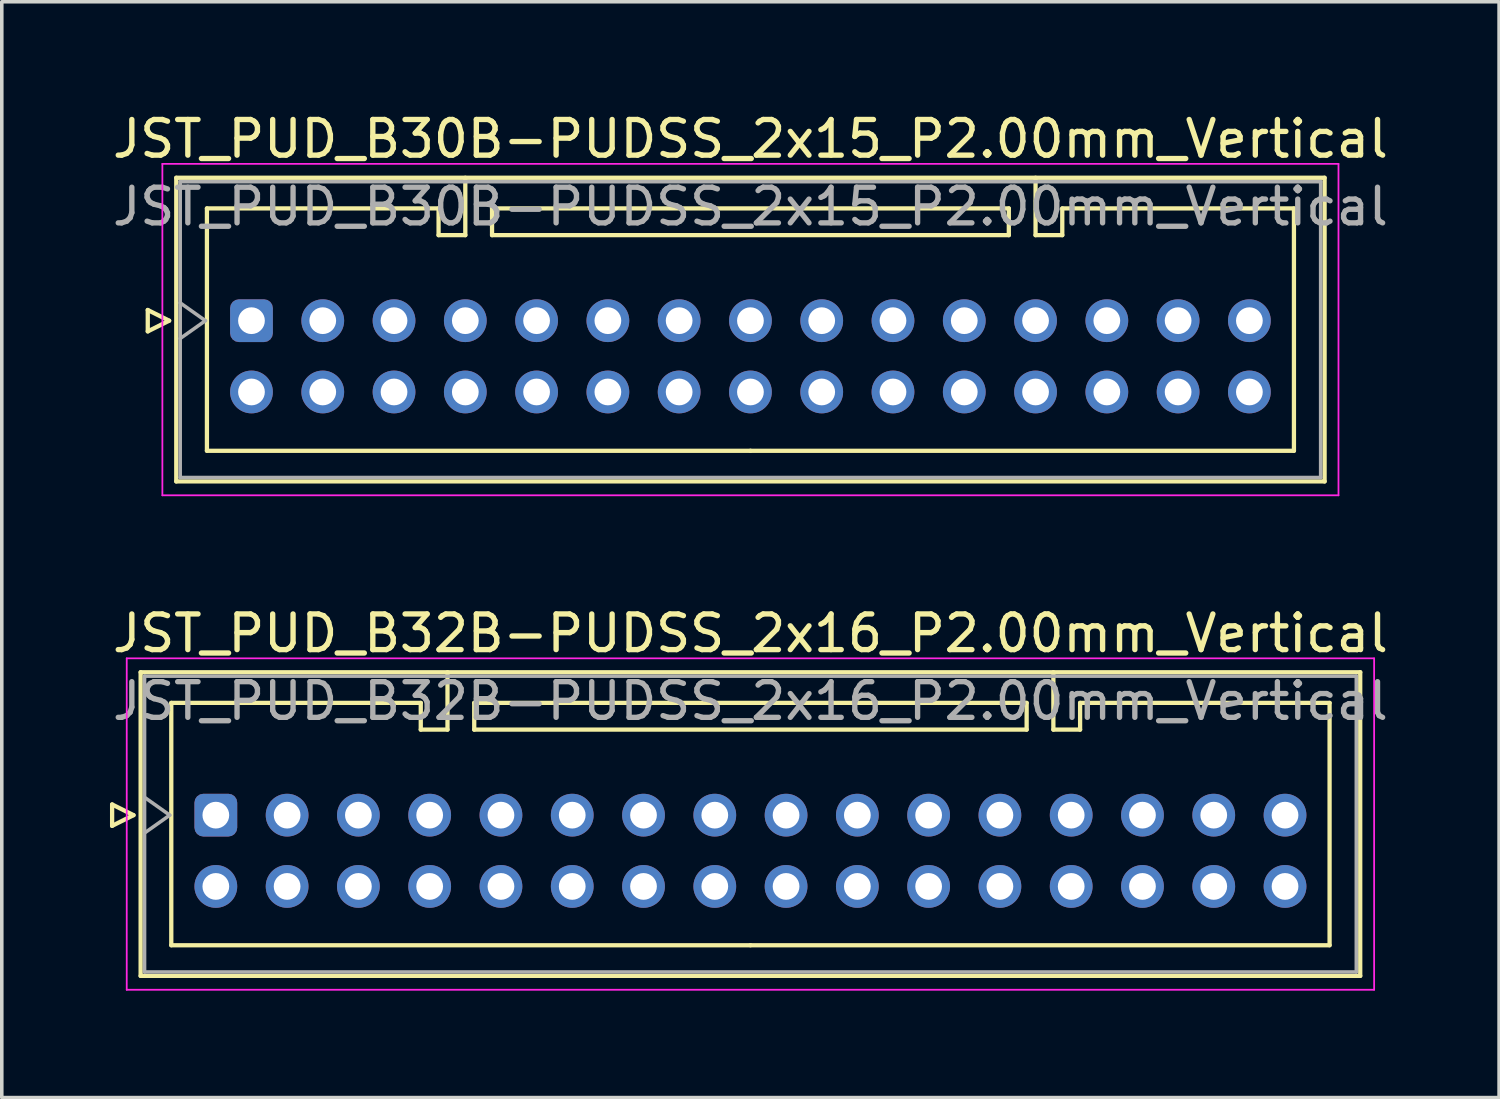
<source format=kicad_pcb>
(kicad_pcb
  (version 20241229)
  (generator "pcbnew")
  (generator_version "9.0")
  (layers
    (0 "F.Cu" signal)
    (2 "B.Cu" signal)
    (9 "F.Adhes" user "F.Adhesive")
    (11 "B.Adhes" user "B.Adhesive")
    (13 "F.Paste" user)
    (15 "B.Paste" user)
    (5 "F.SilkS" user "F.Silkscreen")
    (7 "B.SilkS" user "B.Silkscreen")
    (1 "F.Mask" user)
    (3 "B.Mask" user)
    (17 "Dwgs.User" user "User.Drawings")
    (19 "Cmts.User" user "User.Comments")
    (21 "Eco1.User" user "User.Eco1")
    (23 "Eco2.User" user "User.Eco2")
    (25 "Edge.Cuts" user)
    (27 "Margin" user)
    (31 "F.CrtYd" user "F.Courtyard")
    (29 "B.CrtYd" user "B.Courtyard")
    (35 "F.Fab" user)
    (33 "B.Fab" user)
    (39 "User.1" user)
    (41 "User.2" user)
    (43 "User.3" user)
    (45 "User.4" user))
  (footprint "JST_PUD_B30B-PUDSS_2x15_P2.00mm_Vertical"
    (layer "F.Cu")
    (at 4.006 5.948)
    (property "Reference" "JST_PUD_B30B-PUDSS_2x15_P2.00mm_Vertical" (at 14 -5.1 0) (layer "F.SilkS") (effects (font (size 1 1) (thickness 0.15))))
    (attr through_hole)
    (fp_line (start -2.91 -0.3) (end -2.31 0) (stroke (width 0.12) (type solid)) (layer "F.SilkS"))
    (fp_line (start -2.91 0.3) (end -2.91 -0.3) (stroke (width 0.12) (type solid)) (layer "F.SilkS"))
    (fp_line (start -2.31 0) (end -2.91 0.3) (stroke (width 0.12) (type solid)) (layer "F.SilkS"))
    (fp_line (start -2.11 -4.01) (end -2.11 4.51) (stroke (width 0.12) (type solid)) (layer "F.SilkS"))
    (fp_line (start -2.11 4.51) (end 30.11 4.51) (stroke (width 0.12) (type solid)) (layer "F.SilkS"))
    (fp_line (start -1.25 -3.15) (end -1.25 3.65) (stroke (width 0.12) (type solid)) (layer "F.SilkS"))
    (fp_line (start -1.25 3.65) (end 14 3.65) (stroke (width 0.12) (type solid)) (layer "F.SilkS"))
    (fp_line (start 5.25 -3.15) (end -1.25 -3.15) (stroke (width 0.12) (type solid)) (layer "F.SilkS"))
    (fp_line (start 5.25 -2.4) (end 5.25 -3.15) (stroke (width 0.12) (type solid)) (layer "F.SilkS"))
    (fp_line (start 6 -4.01) (end 6 -2.4) (stroke (width 0.12) (type solid)) (layer "F.SilkS"))
    (fp_line (start 6 -2.4) (end 5.25 -2.4) (stroke (width 0.12) (type solid)) (layer "F.SilkS"))
    (fp_line (start 6.75 -3.15) (end 6.75 -2.4) (stroke (width 0.12) (type solid)) (layer "F.SilkS"))
    (fp_line (start 6.75 -2.4) (end 21.25 -2.4) (stroke (width 0.12) (type solid)) (layer "F.SilkS"))
    (fp_line (start 21.25 -3.15) (end 6.75 -3.15) (stroke (width 0.12) (type solid)) (layer "F.SilkS"))
    (fp_line (start 21.25 -2.4) (end 21.25 -3.15) (stroke (width 0.12) (type solid)) (layer "F.SilkS"))
    (fp_line (start 22 -4.01) (end 22 -2.4) (stroke (width 0.12) (type solid)) (layer "F.SilkS"))
    (fp_line (start 22 -2.4) (end 22.75 -2.4) (stroke (width 0.12) (type solid)) (layer "F.SilkS"))
    (fp_line (start 22.75 -3.15) (end 29.25 -3.15) (stroke (width 0.12) (type solid)) (layer "F.SilkS"))
    (fp_line (start 22.75 -2.4) (end 22.75 -3.15) (stroke (width 0.12) (type solid)) (layer "F.SilkS"))
    (fp_line (start 29.25 -3.15) (end 29.25 3.65) (stroke (width 0.12) (type solid)) (layer "F.SilkS"))
    (fp_line (start 29.25 3.65) (end 14 3.65) (stroke (width 0.12) (type solid)) (layer "F.SilkS"))
    (fp_line (start 30.11 -4.01) (end -2.11 -4.01) (stroke (width 0.12) (type solid)) (layer "F.SilkS"))
    (fp_line (start 30.11 4.51) (end 30.11 -4.01) (stroke (width 0.12) (type solid)) (layer "F.SilkS"))
    (fp_line (start -2.5 -4.4) (end -2.5 4.9) (stroke (width 0.05) (type solid)) (layer "F.CrtYd"))
    (fp_line (start -2.5 4.9) (end 30.5 4.9) (stroke (width 0.05) (type solid)) (layer "F.CrtYd"))
    (fp_line (start 30.5 -4.4) (end -2.5 -4.4) (stroke (width 0.05) (type solid)) (layer "F.CrtYd"))
    (fp_line (start 30.5 4.9) (end 30.5 -4.4) (stroke (width 0.05) (type solid)) (layer "F.CrtYd"))
    (fp_line (start -2 -3.9) (end -2 4.4) (stroke (width 0.1) (type solid)) (layer "F.Fab"))
    (fp_line (start -2 0.5) (end -1.293 0) (stroke (width 0.1) (type solid)) (layer "F.Fab"))
    (fp_line (start -2 4.4) (end 30 4.4) (stroke (width 0.1) (type solid)) (layer "F.Fab"))
    (fp_line (start -1.293 0) (end -2 -0.5) (stroke (width 0.1) (type solid)) (layer "F.Fab"))
    (fp_line (start 30 -3.9) (end -2 -3.9) (stroke (width 0.1) (type solid)) (layer "F.Fab"))
    (fp_line (start 30 4.4) (end 30 -3.9) (stroke (width 0.1) (type solid)) (layer "F.Fab"))
    (fp_text user "${REFERENCE}" (at 14 -3.2 0) (layer "F.Fab") (effects (font (size 1 1) (thickness 0.15))))
    (pad "1" thru_hole roundrect (at 0 0) (size 1.2 1.2) (drill 0.75) (layers "*.Cu" "*.Mask") (roundrect_rratio 0.208))
    (pad "2" thru_hole circle (at 0 2) (size 1.2 1.2) (drill 0.75) (layers "*.Cu" "*.Mask"))
    (pad "3" thru_hole circle (at 2 0) (size 1.2 1.2) (drill 0.75) (layers "*.Cu" "*.Mask"))
    (pad "4" thru_hole circle (at 2 2) (size 1.2 1.2) (drill 0.75) (layers "*.Cu" "*.Mask"))
    (pad "5" thru_hole circle (at 4 0) (size 1.2 1.2) (drill 0.75) (layers "*.Cu" "*.Mask"))
    (pad "6" thru_hole circle (at 4 2) (size 1.2 1.2) (drill 0.75) (layers "*.Cu" "*.Mask"))
    (pad "7" thru_hole circle (at 6 0) (size 1.2 1.2) (drill 0.75) (layers "*.Cu" "*.Mask"))
    (pad "8" thru_hole circle (at 6 2) (size 1.2 1.2) (drill 0.75) (layers "*.Cu" "*.Mask"))
    (pad "9" thru_hole circle (at 8 0) (size 1.2 1.2) (drill 0.75) (layers "*.Cu" "*.Mask"))
    (pad "10" thru_hole circle (at 8 2) (size 1.2 1.2) (drill 0.75) (layers "*.Cu" "*.Mask"))
    (pad "11" thru_hole circle (at 10 0) (size 1.2 1.2) (drill 0.75) (layers "*.Cu" "*.Mask"))
    (pad "12" thru_hole circle (at 10 2) (size 1.2 1.2) (drill 0.75) (layers "*.Cu" "*.Mask"))
    (pad "13" thru_hole circle (at 12 0) (size 1.2 1.2) (drill 0.75) (layers "*.Cu" "*.Mask"))
    (pad "14" thru_hole circle (at 12 2) (size 1.2 1.2) (drill 0.75) (layers "*.Cu" "*.Mask"))
    (pad "15" thru_hole circle (at 14 0) (size 1.2 1.2) (drill 0.75) (layers "*.Cu" "*.Mask"))
    (pad "16" thru_hole circle (at 14 2) (size 1.2 1.2) (drill 0.75) (layers "*.Cu" "*.Mask"))
    (pad "17" thru_hole circle (at 16 0) (size 1.2 1.2) (drill 0.75) (layers "*.Cu" "*.Mask"))
    (pad "18" thru_hole circle (at 16 2) (size 1.2 1.2) (drill 0.75) (layers "*.Cu" "*.Mask"))
    (pad "19" thru_hole circle (at 18 0) (size 1.2 1.2) (drill 0.75) (layers "*.Cu" "*.Mask"))
    (pad "20" thru_hole circle (at 18 2) (size 1.2 1.2) (drill 0.75) (layers "*.Cu" "*.Mask"))
    (pad "21" thru_hole circle (at 20 0) (size 1.2 1.2) (drill 0.75) (layers "*.Cu" "*.Mask"))
    (pad "22" thru_hole circle (at 20 2) (size 1.2 1.2) (drill 0.75) (layers "*.Cu" "*.Mask"))
    (pad "23" thru_hole circle (at 22 0) (size 1.2 1.2) (drill 0.75) (layers "*.Cu" "*.Mask"))
    (pad "24" thru_hole circle (at 22 2) (size 1.2 1.2) (drill 0.75) (layers "*.Cu" "*.Mask"))
    (pad "25" thru_hole circle (at 24 0) (size 1.2 1.2) (drill 0.75) (layers "*.Cu" "*.Mask"))
    (pad "26" thru_hole circle (at 24 2) (size 1.2 1.2) (drill 0.75) (layers "*.Cu" "*.Mask"))
    (pad "27" thru_hole circle (at 26 0) (size 1.2 1.2) (drill 0.75) (layers "*.Cu" "*.Mask"))
    (pad "28" thru_hole circle (at 26 2) (size 1.2 1.2) (drill 0.75) (layers "*.Cu" "*.Mask"))
    (pad "29" thru_hole circle (at 28 0) (size 1.2 1.2) (drill 0.75) (layers "*.Cu" "*.Mask"))
    (pad "30" thru_hole circle (at 28 2) (size 1.2 1.2) (drill 0.75) (layers "*.Cu" "*.Mask")))
  (footprint "JST_PUD_B32B-PUDSS_2x16_P2.00mm_Vertical"
    (layer "F.Cu")
    (at 3.006 19.822)
    (property "Reference" "JST_PUD_B32B-PUDSS_2x16_P2.00mm_Vertical" (at 15 -5.1 0) (layer "F.SilkS") (effects (font (size 1 1) (thickness 0.15))))
    (attr through_hole)
    (fp_line (start -2.91 -0.3) (end -2.31 0) (stroke (width 0.12) (type solid)) (layer "F.SilkS"))
    (fp_line (start -2.91 0.3) (end -2.91 -0.3) (stroke (width 0.12) (type solid)) (layer "F.SilkS"))
    (fp_line (start -2.31 0) (end -2.91 0.3) (stroke (width 0.12) (type solid)) (layer "F.SilkS"))
    (fp_line (start -2.11 -4.01) (end -2.11 4.51) (stroke (width 0.12) (type solid)) (layer "F.SilkS"))
    (fp_line (start -2.11 4.51) (end 32.11 4.51) (stroke (width 0.12) (type solid)) (layer "F.SilkS"))
    (fp_line (start -1.25 -3.15) (end -1.25 3.65) (stroke (width 0.12) (type solid)) (layer "F.SilkS"))
    (fp_line (start -1.25 3.65) (end 15 3.65) (stroke (width 0.12) (type solid)) (layer "F.SilkS"))
    (fp_line (start 5.75 -3.15) (end -1.25 -3.15) (stroke (width 0.12) (type solid)) (layer "F.SilkS"))
    (fp_line (start 5.75 -2.4) (end 5.75 -3.15) (stroke (width 0.12) (type solid)) (layer "F.SilkS"))
    (fp_line (start 6.5 -4.01) (end 6.5 -2.4) (stroke (width 0.12) (type solid)) (layer "F.SilkS"))
    (fp_line (start 6.5 -2.4) (end 5.75 -2.4) (stroke (width 0.12) (type solid)) (layer "F.SilkS"))
    (fp_line (start 7.25 -3.15) (end 7.25 -2.4) (stroke (width 0.12) (type solid)) (layer "F.SilkS"))
    (fp_line (start 7.25 -2.4) (end 22.75 -2.4) (stroke (width 0.12) (type solid)) (layer "F.SilkS"))
    (fp_line (start 22.75 -3.15) (end 7.25 -3.15) (stroke (width 0.12) (type solid)) (layer "F.SilkS"))
    (fp_line (start 22.75 -2.4) (end 22.75 -3.15) (stroke (width 0.12) (type solid)) (layer "F.SilkS"))
    (fp_line (start 23.5 -4.01) (end 23.5 -2.4) (stroke (width 0.12) (type solid)) (layer "F.SilkS"))
    (fp_line (start 23.5 -2.4) (end 24.25 -2.4) (stroke (width 0.12) (type solid)) (layer "F.SilkS"))
    (fp_line (start 24.25 -3.15) (end 31.25 -3.15) (stroke (width 0.12) (type solid)) (layer "F.SilkS"))
    (fp_line (start 24.25 -2.4) (end 24.25 -3.15) (stroke (width 0.12) (type solid)) (layer "F.SilkS"))
    (fp_line (start 31.25 -3.15) (end 31.25 3.65) (stroke (width 0.12) (type solid)) (layer "F.SilkS"))
    (fp_line (start 31.25 3.65) (end 15 3.65) (stroke (width 0.12) (type solid)) (layer "F.SilkS"))
    (fp_line (start 32.11 -4.01) (end -2.11 -4.01) (stroke (width 0.12) (type solid)) (layer "F.SilkS"))
    (fp_line (start 32.11 4.51) (end 32.11 -4.01) (stroke (width 0.12) (type solid)) (layer "F.SilkS"))
    (fp_line (start -2.5 -4.4) (end -2.5 4.9) (stroke (width 0.05) (type solid)) (layer "F.CrtYd"))
    (fp_line (start -2.5 4.9) (end 32.5 4.9) (stroke (width 0.05) (type solid)) (layer "F.CrtYd"))
    (fp_line (start 32.5 -4.4) (end -2.5 -4.4) (stroke (width 0.05) (type solid)) (layer "F.CrtYd"))
    (fp_line (start 32.5 4.9) (end 32.5 -4.4) (stroke (width 0.05) (type solid)) (layer "F.CrtYd"))
    (fp_line (start -2 -3.9) (end -2 4.4) (stroke (width 0.1) (type solid)) (layer "F.Fab"))
    (fp_line (start -2 0.5) (end -1.293 0) (stroke (width 0.1) (type solid)) (layer "F.Fab"))
    (fp_line (start -2 4.4) (end 32 4.4) (stroke (width 0.1) (type solid)) (layer "F.Fab"))
    (fp_line (start -1.293 0) (end -2 -0.5) (stroke (width 0.1) (type solid)) (layer "F.Fab"))
    (fp_line (start 32 -3.9) (end -2 -3.9) (stroke (width 0.1) (type solid)) (layer "F.Fab"))
    (fp_line (start 32 4.4) (end 32 -3.9) (stroke (width 0.1) (type solid)) (layer "F.Fab"))
    (fp_text user "${REFERENCE}" (at 15 -3.2 0) (layer "F.Fab") (effects (font (size 1 1) (thickness 0.15))))
    (pad "1" thru_hole roundrect (at 0 0) (size 1.2 1.2) (drill 0.75) (layers "*.Cu" "*.Mask") (roundrect_rratio 0.208))
    (pad "2" thru_hole circle (at 0 2) (size 1.2 1.2) (drill 0.75) (layers "*.Cu" "*.Mask"))
    (pad "3" thru_hole circle (at 2 0) (size 1.2 1.2) (drill 0.75) (layers "*.Cu" "*.Mask"))
    (pad "4" thru_hole circle (at 2 2) (size 1.2 1.2) (drill 0.75) (layers "*.Cu" "*.Mask"))
    (pad "5" thru_hole circle (at 4 0) (size 1.2 1.2) (drill 0.75) (layers "*.Cu" "*.Mask"))
    (pad "6" thru_hole circle (at 4 2) (size 1.2 1.2) (drill 0.75) (layers "*.Cu" "*.Mask"))
    (pad "7" thru_hole circle (at 6 0) (size 1.2 1.2) (drill 0.75) (layers "*.Cu" "*.Mask"))
    (pad "8" thru_hole circle (at 6 2) (size 1.2 1.2) (drill 0.75) (layers "*.Cu" "*.Mask"))
    (pad "9" thru_hole circle (at 8 0) (size 1.2 1.2) (drill 0.75) (layers "*.Cu" "*.Mask"))
    (pad "10" thru_hole circle (at 8 2) (size 1.2 1.2) (drill 0.75) (layers "*.Cu" "*.Mask"))
    (pad "11" thru_hole circle (at 10 0) (size 1.2 1.2) (drill 0.75) (layers "*.Cu" "*.Mask"))
    (pad "12" thru_hole circle (at 10 2) (size 1.2 1.2) (drill 0.75) (layers "*.Cu" "*.Mask"))
    (pad "13" thru_hole circle (at 12 0) (size 1.2 1.2) (drill 0.75) (layers "*.Cu" "*.Mask"))
    (pad "14" thru_hole circle (at 12 2) (size 1.2 1.2) (drill 0.75) (layers "*.Cu" "*.Mask"))
    (pad "15" thru_hole circle (at 14 0) (size 1.2 1.2) (drill 0.75) (layers "*.Cu" "*.Mask"))
    (pad "16" thru_hole circle (at 14 2) (size 1.2 1.2) (drill 0.75) (layers "*.Cu" "*.Mask"))
    (pad "17" thru_hole circle (at 16 0) (size 1.2 1.2) (drill 0.75) (layers "*.Cu" "*.Mask"))
    (pad "18" thru_hole circle (at 16 2) (size 1.2 1.2) (drill 0.75) (layers "*.Cu" "*.Mask"))
    (pad "19" thru_hole circle (at 18 0) (size 1.2 1.2) (drill 0.75) (layers "*.Cu" "*.Mask"))
    (pad "20" thru_hole circle (at 18 2) (size 1.2 1.2) (drill 0.75) (layers "*.Cu" "*.Mask"))
    (pad "21" thru_hole circle (at 20 0) (size 1.2 1.2) (drill 0.75) (layers "*.Cu" "*.Mask"))
    (pad "22" thru_hole circle (at 20 2) (size 1.2 1.2) (drill 0.75) (layers "*.Cu" "*.Mask"))
    (pad "23" thru_hole circle (at 22 0) (size 1.2 1.2) (drill 0.75) (layers "*.Cu" "*.Mask"))
    (pad "24" thru_hole circle (at 22 2) (size 1.2 1.2) (drill 0.75) (layers "*.Cu" "*.Mask"))
    (pad "25" thru_hole circle (at 24 0) (size 1.2 1.2) (drill 0.75) (layers "*.Cu" "*.Mask"))
    (pad "26" thru_hole circle (at 24 2) (size 1.2 1.2) (drill 0.75) (layers "*.Cu" "*.Mask"))
    (pad "27" thru_hole circle (at 26 0) (size 1.2 1.2) (drill 0.75) (layers "*.Cu" "*.Mask"))
    (pad "28" thru_hole circle (at 26 2) (size 1.2 1.2) (drill 0.75) (layers "*.Cu" "*.Mask"))
    (pad "29" thru_hole circle (at 28 0) (size 1.2 1.2) (drill 0.75) (layers "*.Cu" "*.Mask"))
    (pad "30" thru_hole circle (at 28 2) (size 1.2 1.2) (drill 0.75) (layers "*.Cu" "*.Mask"))
    (pad "31" thru_hole circle (at 30 0) (size 1.2 1.2) (drill 0.75) (layers "*.Cu" "*.Mask"))
    (pad "32" thru_hole circle (at 30 2) (size 1.2 1.2) (drill 0.75) (layers "*.Cu" "*.Mask")))
  (gr_rect
    (start -3 -3)
    (end 39.012 27.747)
    (stroke (width 0.1) (type default))
    (fill no)
    (layer "Edge.Cuts")))
</source>
